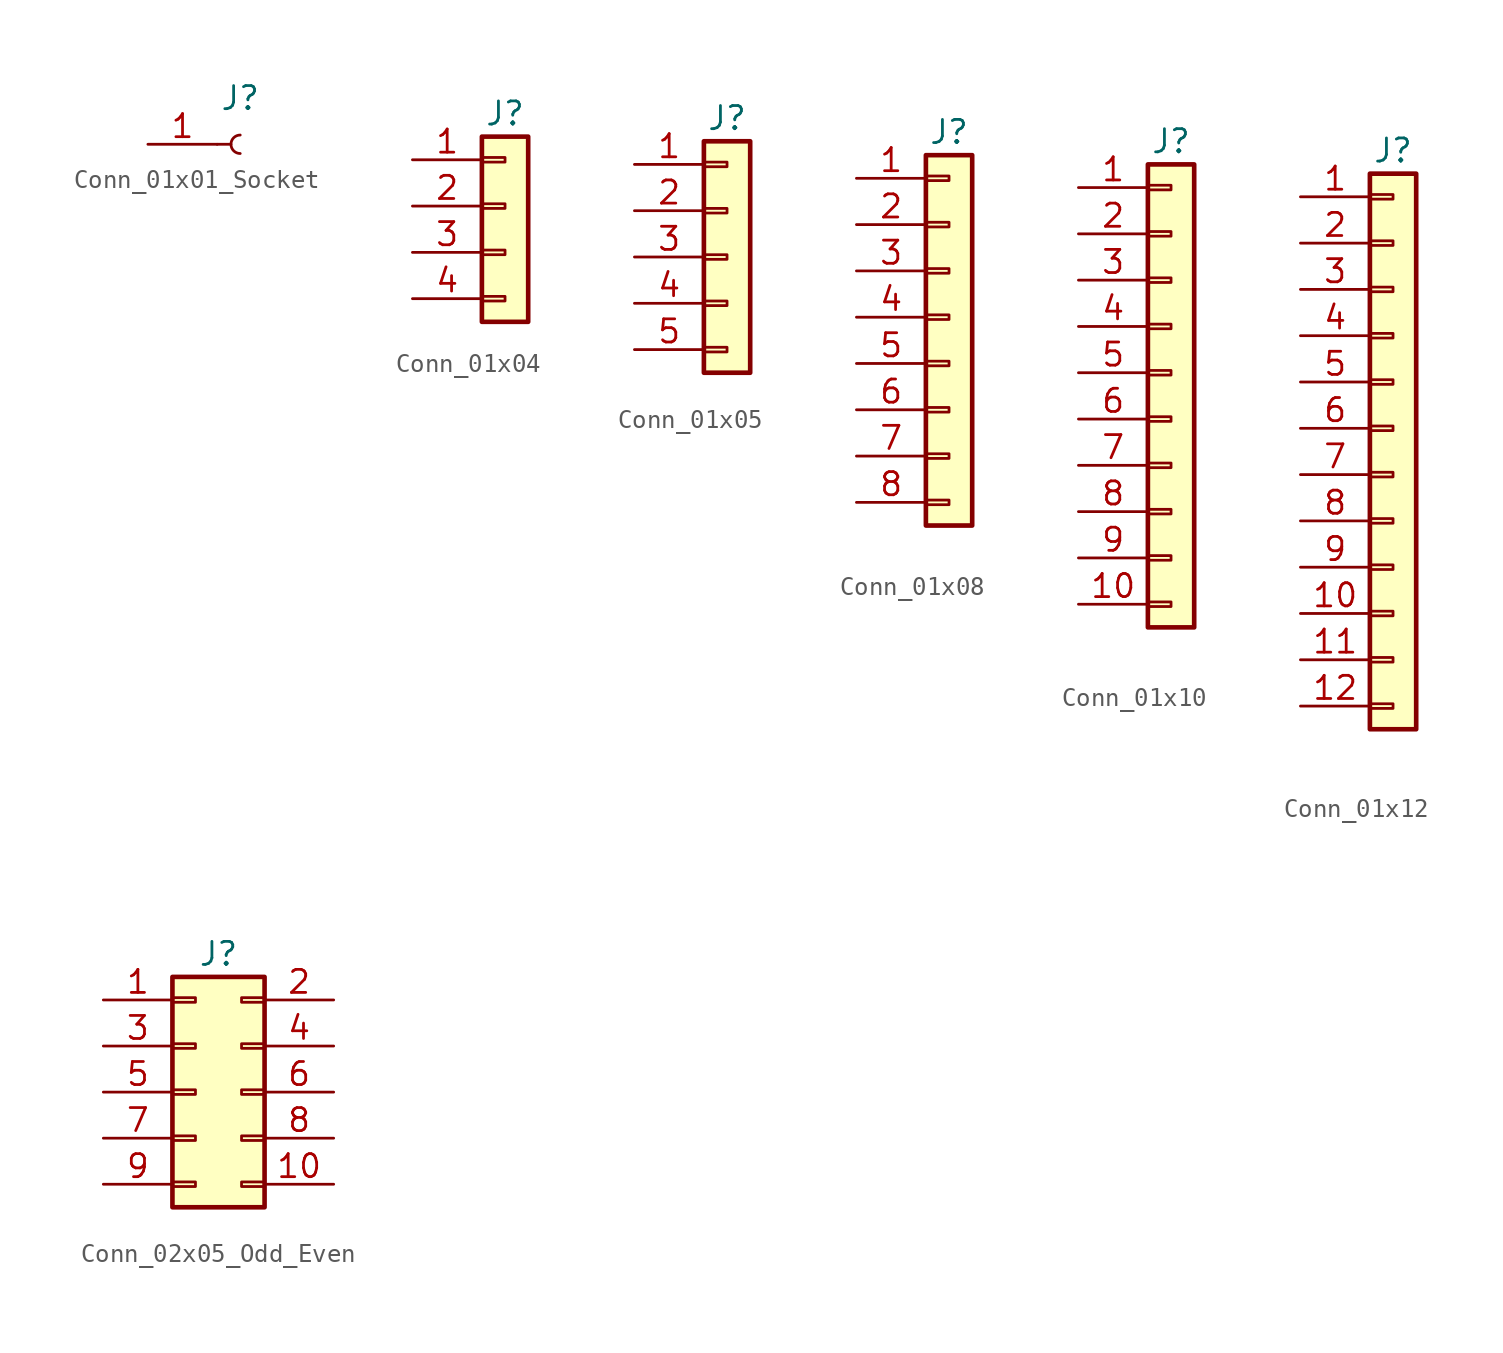
<source format=kicad_sym>
(kicad_symbol_lib
  (version 20241209)
  (generator "kicad_symbol_editor")
  (generator_version "9.0")
  (symbol "Conn_01x01_Socket"
    (pin_names
      (offset 1.016)
      (hide yes))
    (property "Reference" "J"
      (at 0 2.54 0)
      (effects (font (size 1.27 1.27))))
    (property "ki_locked" ""
      (at 0 0 0)
      (effects (font (size 1.27 1.27))))
    (symbol "Conn_01x01_Socket_1_1"
      (polyline (pts (xy -1.27 0) (xy -0.508 0)) (stroke (width 0.152) (type default)) (fill (type none)))
      (arc (start 0 -0.508) (mid -0.5058 0) (end 0 0.508) (stroke (width 0.1524) (type default)) (fill (type none)))
      (pin passive line (at -5.08 0 0) (length 3.81) (name "Pin_1" (effects (font (size 1.27 1.27)))) (number "1" (effects (font (size 1.27 1.27)))))))
  (symbol "Conn_01x04"
    (pin_names
      (offset 0)
      (hide yes))
    (property "Reference" "J"
      (at 0 5.08 0)
      (effects (font (size 1.27 1.27))))
    (symbol "Conn_01x04_1_1"
      (rectangle (start -1.27 3.81) (end 1.27 -6.35) (stroke (width 0.254) (type default)) (fill (type background)))
      (rectangle (start -1.27 2.667) (end 0 2.413) (stroke (width 0.152) (type default)) (fill (type none)))
      (rectangle (start -1.27 0.127) (end 0 -0.127) (stroke (width 0.152) (type default)) (fill (type none)))
      (rectangle (start -1.27 -2.413) (end 0 -2.667) (stroke (width 0.152) (type default)) (fill (type none)))
      (rectangle (start -1.27 -4.953) (end 0 -5.207) (stroke (width 0.152) (type default)) (fill (type none)))
      (pin passive line (at -5.08 2.54 0) (length 3.81) (name "Pin_1" (effects (font (size 1.27 1.27)))) (number "1" (effects (font (size 1.27 1.27)))))
      (pin passive line (at -5.08 0 0) (length 3.81) (name "Pin_2" (effects (font (size 1.27 1.27)))) (number "2" (effects (font (size 1.27 1.27)))))
      (pin passive line (at -5.08 -2.54 0) (length 3.81) (name "Pin_3" (effects (font (size 1.27 1.27)))) (number "3" (effects (font (size 1.27 1.27)))))
      (pin passive line (at -5.08 -5.08 0) (length 3.81) (name "Pin_4" (effects (font (size 1.27 1.27)))) (number "4" (effects (font (size 1.27 1.27)))))))
  (symbol "Conn_01x05"
    (pin_names
      (offset 1.016)
      (hide yes))
    (property "Reference" "J"
      (at 0 7.62 0)
      (effects (font (size 1.27 1.27))))
    (symbol "Conn_01x05_1_1"
      (rectangle (start -1.27 6.35) (end 1.27 -6.35) (stroke (width 0.254) (type default)) (fill (type background)))
      (rectangle (start -1.27 5.207) (end 0 4.953) (stroke (width 0.152) (type default)) (fill (type none)))
      (rectangle (start -1.27 2.667) (end 0 2.413) (stroke (width 0.152) (type default)) (fill (type none)))
      (rectangle (start -1.27 0.127) (end 0 -0.127) (stroke (width 0.152) (type default)) (fill (type none)))
      (rectangle (start -1.27 -2.413) (end 0 -2.667) (stroke (width 0.152) (type default)) (fill (type none)))
      (rectangle (start -1.27 -4.953) (end 0 -5.207) (stroke (width 0.152) (type default)) (fill (type none)))
      (pin passive line (at -5.08 5.08 0) (length 3.81) (name "Pin_1" (effects (font (size 1.27 1.27)))) (number "1" (effects (font (size 1.27 1.27)))))
      (pin passive line (at -5.08 2.54 0) (length 3.81) (name "Pin_2" (effects (font (size 1.27 1.27)))) (number "2" (effects (font (size 1.27 1.27)))))
      (pin passive line (at -5.08 0 0) (length 3.81) (name "Pin_3" (effects (font (size 1.27 1.27)))) (number "3" (effects (font (size 1.27 1.27)))))
      (pin passive line (at -5.08 -2.54 0) (length 3.81) (name "Pin_4" (effects (font (size 1.27 1.27)))) (number "4" (effects (font (size 1.27 1.27)))))
      (pin passive line (at -5.08 -5.08 0) (length 3.81) (name "Pin_5" (effects (font (size 1.27 1.27)))) (number "5" (effects (font (size 1.27 1.27)))))))
  (symbol "Conn_01x08"
    (pin_names
      (offset 1.016)
      (hide yes))
    (property "Reference" "J"
      (at 0 10.16 0)
      (effects (font (size 1.27 1.27))))
    (symbol "Conn_01x08_1_1"
      (rectangle (start -1.27 8.89) (end 1.27 -11.43) (stroke (width 0.254) (type default)) (fill (type background)))
      (rectangle (start -1.27 7.747) (end 0 7.493) (stroke (width 0.152) (type default)) (fill (type none)))
      (rectangle (start -1.27 5.207) (end 0 4.953) (stroke (width 0.152) (type default)) (fill (type none)))
      (rectangle (start -1.27 2.667) (end 0 2.413) (stroke (width 0.152) (type default)) (fill (type none)))
      (rectangle (start -1.27 0.127) (end 0 -0.127) (stroke (width 0.152) (type default)) (fill (type none)))
      (rectangle (start -1.27 -2.413) (end 0 -2.667) (stroke (width 0.152) (type default)) (fill (type none)))
      (rectangle (start -1.27 -4.953) (end 0 -5.207) (stroke (width 0.152) (type default)) (fill (type none)))
      (rectangle (start -1.27 -7.493) (end 0 -7.747) (stroke (width 0.152) (type default)) (fill (type none)))
      (rectangle (start -1.27 -10.033) (end 0 -10.287) (stroke (width 0.152) (type default)) (fill (type none)))
      (pin passive line (at -5.08 7.62 0) (length 3.81) (name "Pin_1" (effects (font (size 1.27 1.27)))) (number "1" (effects (font (size 1.27 1.27)))))
      (pin passive line (at -5.08 5.08 0) (length 3.81) (name "Pin_2" (effects (font (size 1.27 1.27)))) (number "2" (effects (font (size 1.27 1.27)))))
      (pin passive line (at -5.08 2.54 0) (length 3.81) (name "Pin_3" (effects (font (size 1.27 1.27)))) (number "3" (effects (font (size 1.27 1.27)))))
      (pin passive line (at -5.08 0 0) (length 3.81) (name "Pin_4" (effects (font (size 1.27 1.27)))) (number "4" (effects (font (size 1.27 1.27)))))
      (pin passive line (at -5.08 -2.54 0) (length 3.81) (name "Pin_5" (effects (font (size 1.27 1.27)))) (number "5" (effects (font (size 1.27 1.27)))))
      (pin passive line (at -5.08 -5.08 0) (length 3.81) (name "Pin_6" (effects (font (size 1.27 1.27)))) (number "6" (effects (font (size 1.27 1.27)))))
      (pin passive line (at -5.08 -7.62 0) (length 3.81) (name "Pin_7" (effects (font (size 1.27 1.27)))) (number "7" (effects (font (size 1.27 1.27)))))
      (pin passive line (at -5.08 -10.16 0) (length 3.81) (name "Pin_8" (effects (font (size 1.27 1.27)))) (number "8" (effects (font (size 1.27 1.27)))))))
  (symbol "Conn_01x10"
    (pin_names
      (offset 1.016)
      (hide yes))
    (property "Reference" "J"
      (at 0 12.7 0)
      (effects (font (size 1.27 1.27))))
    (symbol "Conn_01x10_1_1"
      (rectangle (start -1.27 11.43) (end 1.27 -13.97) (stroke (width 0.254) (type default)) (fill (type background)))
      (rectangle (start -1.27 10.287) (end 0 10.033) (stroke (width 0.152) (type default)) (fill (type none)))
      (rectangle (start -1.27 7.747) (end 0 7.493) (stroke (width 0.152) (type default)) (fill (type none)))
      (rectangle (start -1.27 5.207) (end 0 4.953) (stroke (width 0.152) (type default)) (fill (type none)))
      (rectangle (start -1.27 2.667) (end 0 2.413) (stroke (width 0.152) (type default)) (fill (type none)))
      (rectangle (start -1.27 0.127) (end 0 -0.127) (stroke (width 0.152) (type default)) (fill (type none)))
      (rectangle (start -1.27 -2.413) (end 0 -2.667) (stroke (width 0.152) (type default)) (fill (type none)))
      (rectangle (start -1.27 -4.953) (end 0 -5.207) (stroke (width 0.152) (type default)) (fill (type none)))
      (rectangle (start -1.27 -7.493) (end 0 -7.747) (stroke (width 0.152) (type default)) (fill (type none)))
      (rectangle (start -1.27 -10.033) (end 0 -10.287) (stroke (width 0.152) (type default)) (fill (type none)))
      (rectangle (start -1.27 -12.573) (end 0 -12.827) (stroke (width 0.152) (type default)) (fill (type none)))
      (pin passive line (at -5.08 10.16 0) (length 3.81) (name "Pin_1" (effects (font (size 1.27 1.27)))) (number "1" (effects (font (size 1.27 1.27)))))
      (pin passive line (at -5.08 7.62 0) (length 3.81) (name "Pin_2" (effects (font (size 1.27 1.27)))) (number "2" (effects (font (size 1.27 1.27)))))
      (pin passive line (at -5.08 5.08 0) (length 3.81) (name "Pin_3" (effects (font (size 1.27 1.27)))) (number "3" (effects (font (size 1.27 1.27)))))
      (pin passive line (at -5.08 2.54 0) (length 3.81) (name "Pin_4" (effects (font (size 1.27 1.27)))) (number "4" (effects (font (size 1.27 1.27)))))
      (pin passive line (at -5.08 0 0) (length 3.81) (name "Pin_5" (effects (font (size 1.27 1.27)))) (number "5" (effects (font (size 1.27 1.27)))))
      (pin passive line (at -5.08 -2.54 0) (length 3.81) (name "Pin_6" (effects (font (size 1.27 1.27)))) (number "6" (effects (font (size 1.27 1.27)))))
      (pin passive line (at -5.08 -5.08 0) (length 3.81) (name "Pin_7" (effects (font (size 1.27 1.27)))) (number "7" (effects (font (size 1.27 1.27)))))
      (pin passive line (at -5.08 -7.62 0) (length 3.81) (name "Pin_8" (effects (font (size 1.27 1.27)))) (number "8" (effects (font (size 1.27 1.27)))))
      (pin passive line (at -5.08 -10.16 0) (length 3.81) (name "Pin_9" (effects (font (size 1.27 1.27)))) (number "9" (effects (font (size 1.27 1.27)))))
      (pin passive line (at -5.08 -12.7 0) (length 3.81) (name "Pin_10" (effects (font (size 1.27 1.27)))) (number "10" (effects (font (size 1.27 1.27)))))))
  (symbol "Conn_01x12"
    (pin_names
      (offset 1.016)
      (hide yes))
    (property "Reference" "J"
      (at 0 15.24 0)
      (effects (font (size 1.27 1.27))))
    (symbol "Conn_01x12_1_1"
      (rectangle (start -1.27 13.97) (end 1.27 -16.51) (stroke (width 0.254) (type default)) (fill (type background)))
      (rectangle (start -1.27 12.827) (end 0 12.573) (stroke (width 0.152) (type default)) (fill (type none)))
      (rectangle (start -1.27 10.287) (end 0 10.033) (stroke (width 0.152) (type default)) (fill (type none)))
      (rectangle (start -1.27 7.747) (end 0 7.493) (stroke (width 0.152) (type default)) (fill (type none)))
      (rectangle (start -1.27 5.207) (end 0 4.953) (stroke (width 0.152) (type default)) (fill (type none)))
      (rectangle (start -1.27 2.667) (end 0 2.413) (stroke (width 0.152) (type default)) (fill (type none)))
      (rectangle (start -1.27 0.127) (end 0 -0.127) (stroke (width 0.152) (type default)) (fill (type none)))
      (rectangle (start -1.27 -2.413) (end 0 -2.667) (stroke (width 0.152) (type default)) (fill (type none)))
      (rectangle (start -1.27 -4.953) (end 0 -5.207) (stroke (width 0.152) (type default)) (fill (type none)))
      (rectangle (start -1.27 -7.493) (end 0 -7.747) (stroke (width 0.152) (type default)) (fill (type none)))
      (rectangle (start -1.27 -10.033) (end 0 -10.287) (stroke (width 0.152) (type default)) (fill (type none)))
      (rectangle (start -1.27 -12.573) (end 0 -12.827) (stroke (width 0.152) (type default)) (fill (type none)))
      (rectangle (start -1.27 -15.113) (end 0 -15.367) (stroke (width 0.152) (type default)) (fill (type none)))
      (pin passive line (at -5.08 12.7 0) (length 3.81) (name "Pin_1" (effects (font (size 1.27 1.27)))) (number "1" (effects (font (size 1.27 1.27)))))
      (pin passive line (at -5.08 10.16 0) (length 3.81) (name "Pin_2" (effects (font (size 1.27 1.27)))) (number "2" (effects (font (size 1.27 1.27)))))
      (pin passive line (at -5.08 7.62 0) (length 3.81) (name "Pin_3" (effects (font (size 1.27 1.27)))) (number "3" (effects (font (size 1.27 1.27)))))
      (pin passive line (at -5.08 5.08 0) (length 3.81) (name "Pin_4" (effects (font (size 1.27 1.27)))) (number "4" (effects (font (size 1.27 1.27)))))
      (pin passive line (at -5.08 2.54 0) (length 3.81) (name "Pin_5" (effects (font (size 1.27 1.27)))) (number "5" (effects (font (size 1.27 1.27)))))
      (pin passive line (at -5.08 0 0) (length 3.81) (name "Pin_6" (effects (font (size 1.27 1.27)))) (number "6" (effects (font (size 1.27 1.27)))))
      (pin passive line (at -5.08 -2.54 0) (length 3.81) (name "Pin_7" (effects (font (size 1.27 1.27)))) (number "7" (effects (font (size 1.27 1.27)))))
      (pin passive line (at -5.08 -5.08 0) (length 3.81) (name "Pin_8" (effects (font (size 1.27 1.27)))) (number "8" (effects (font (size 1.27 1.27)))))
      (pin passive line (at -5.08 -7.62 0) (length 3.81) (name "Pin_9" (effects (font (size 1.27 1.27)))) (number "9" (effects (font (size 1.27 1.27)))))
      (pin passive line (at -5.08 -10.16 0) (length 3.81) (name "Pin_10" (effects (font (size 1.27 1.27)))) (number "10" (effects (font (size 1.27 1.27)))))
      (pin passive line (at -5.08 -12.7 0) (length 3.81) (name "Pin_11" (effects (font (size 1.27 1.27)))) (number "11" (effects (font (size 1.27 1.27)))))
      (pin passive line (at -5.08 -15.24 0) (length 3.81) (name "Pin_12" (effects (font (size 1.27 1.27)))) (number "12" (effects (font (size 1.27 1.27)))))))
  (symbol "Conn_02x05_Odd_Even"
    (pin_names
      (offset 1.016)
      (hide yes))
    (property "Reference" "J"
      (at 1.27 7.62 0)
      (effects (font (size 1.27 1.27))))
    (symbol "Conn_02x05_Odd_Even_1_1"
      (rectangle (start -1.27 6.35) (end 3.81 -6.35) (stroke (width 0.254) (type default)) (fill (type background)))
      (rectangle (start -1.27 5.207) (end 0 4.953) (stroke (width 0.152) (type default)) (fill (type none)))
      (rectangle (start -1.27 2.667) (end 0 2.413) (stroke (width 0.152) (type default)) (fill (type none)))
      (rectangle (start -1.27 0.127) (end 0 -0.127) (stroke (width 0.152) (type default)) (fill (type none)))
      (rectangle (start -1.27 -2.413) (end 0 -2.667) (stroke (width 0.152) (type default)) (fill (type none)))
      (rectangle (start -1.27 -4.953) (end 0 -5.207) (stroke (width 0.152) (type default)) (fill (type none)))
      (rectangle (start 3.81 5.207) (end 2.54 4.953) (stroke (width 0.152) (type default)) (fill (type none)))
      (rectangle (start 3.81 2.667) (end 2.54 2.413) (stroke (width 0.152) (type default)) (fill (type none)))
      (rectangle (start 3.81 0.127) (end 2.54 -0.127) (stroke (width 0.152) (type default)) (fill (type none)))
      (rectangle (start 3.81 -2.413) (end 2.54 -2.667) (stroke (width 0.152) (type default)) (fill (type none)))
      (rectangle (start 3.81 -4.953) (end 2.54 -5.207) (stroke (width 0.152) (type default)) (fill (type none)))
      (pin passive line (at -5.08 5.08 0) (length 3.81) (name "Pin_1" (effects (font (size 1.27 1.27)))) (number "1" (effects (font (size 1.27 1.27)))))
      (pin passive line (at -5.08 2.54 0) (length 3.81) (name "Pin_3" (effects (font (size 1.27 1.27)))) (number "3" (effects (font (size 1.27 1.27)))))
      (pin passive line (at -5.08 0 0) (length 3.81) (name "Pin_5" (effects (font (size 1.27 1.27)))) (number "5" (effects (font (size 1.27 1.27)))))
      (pin passive line (at -5.08 -2.54 0) (length 3.81) (name "Pin_7" (effects (font (size 1.27 1.27)))) (number "7" (effects (font (size 1.27 1.27)))))
      (pin passive line (at -5.08 -5.08 0) (length 3.81) (name "Pin_9" (effects (font (size 1.27 1.27)))) (number "9" (effects (font (size 1.27 1.27)))))
      (pin passive line (at 7.62 5.08 180) (length 3.81) (name "Pin_2" (effects (font (size 1.27 1.27)))) (number "2" (effects (font (size 1.27 1.27)))))
      (pin passive line (at 7.62 2.54 180) (length 3.81) (name "Pin_4" (effects (font (size 1.27 1.27)))) (number "4" (effects (font (size 1.27 1.27)))))
      (pin passive line (at 7.62 0 180) (length 3.81) (name "Pin_6" (effects (font (size 1.27 1.27)))) (number "6" (effects (font (size 1.27 1.27)))))
      (pin passive line (at 7.62 -2.54 180) (length 3.81) (name "Pin_8" (effects (font (size 1.27 1.27)))) (number "8" (effects (font (size 1.27 1.27)))))
      (pin passive line (at 7.62 -5.08 180) (length 3.81) (name "Pin_10" (effects (font (size 1.27 1.27)))) (number "10" (effects (font (size 1.27 1.27))))))))
</source>
